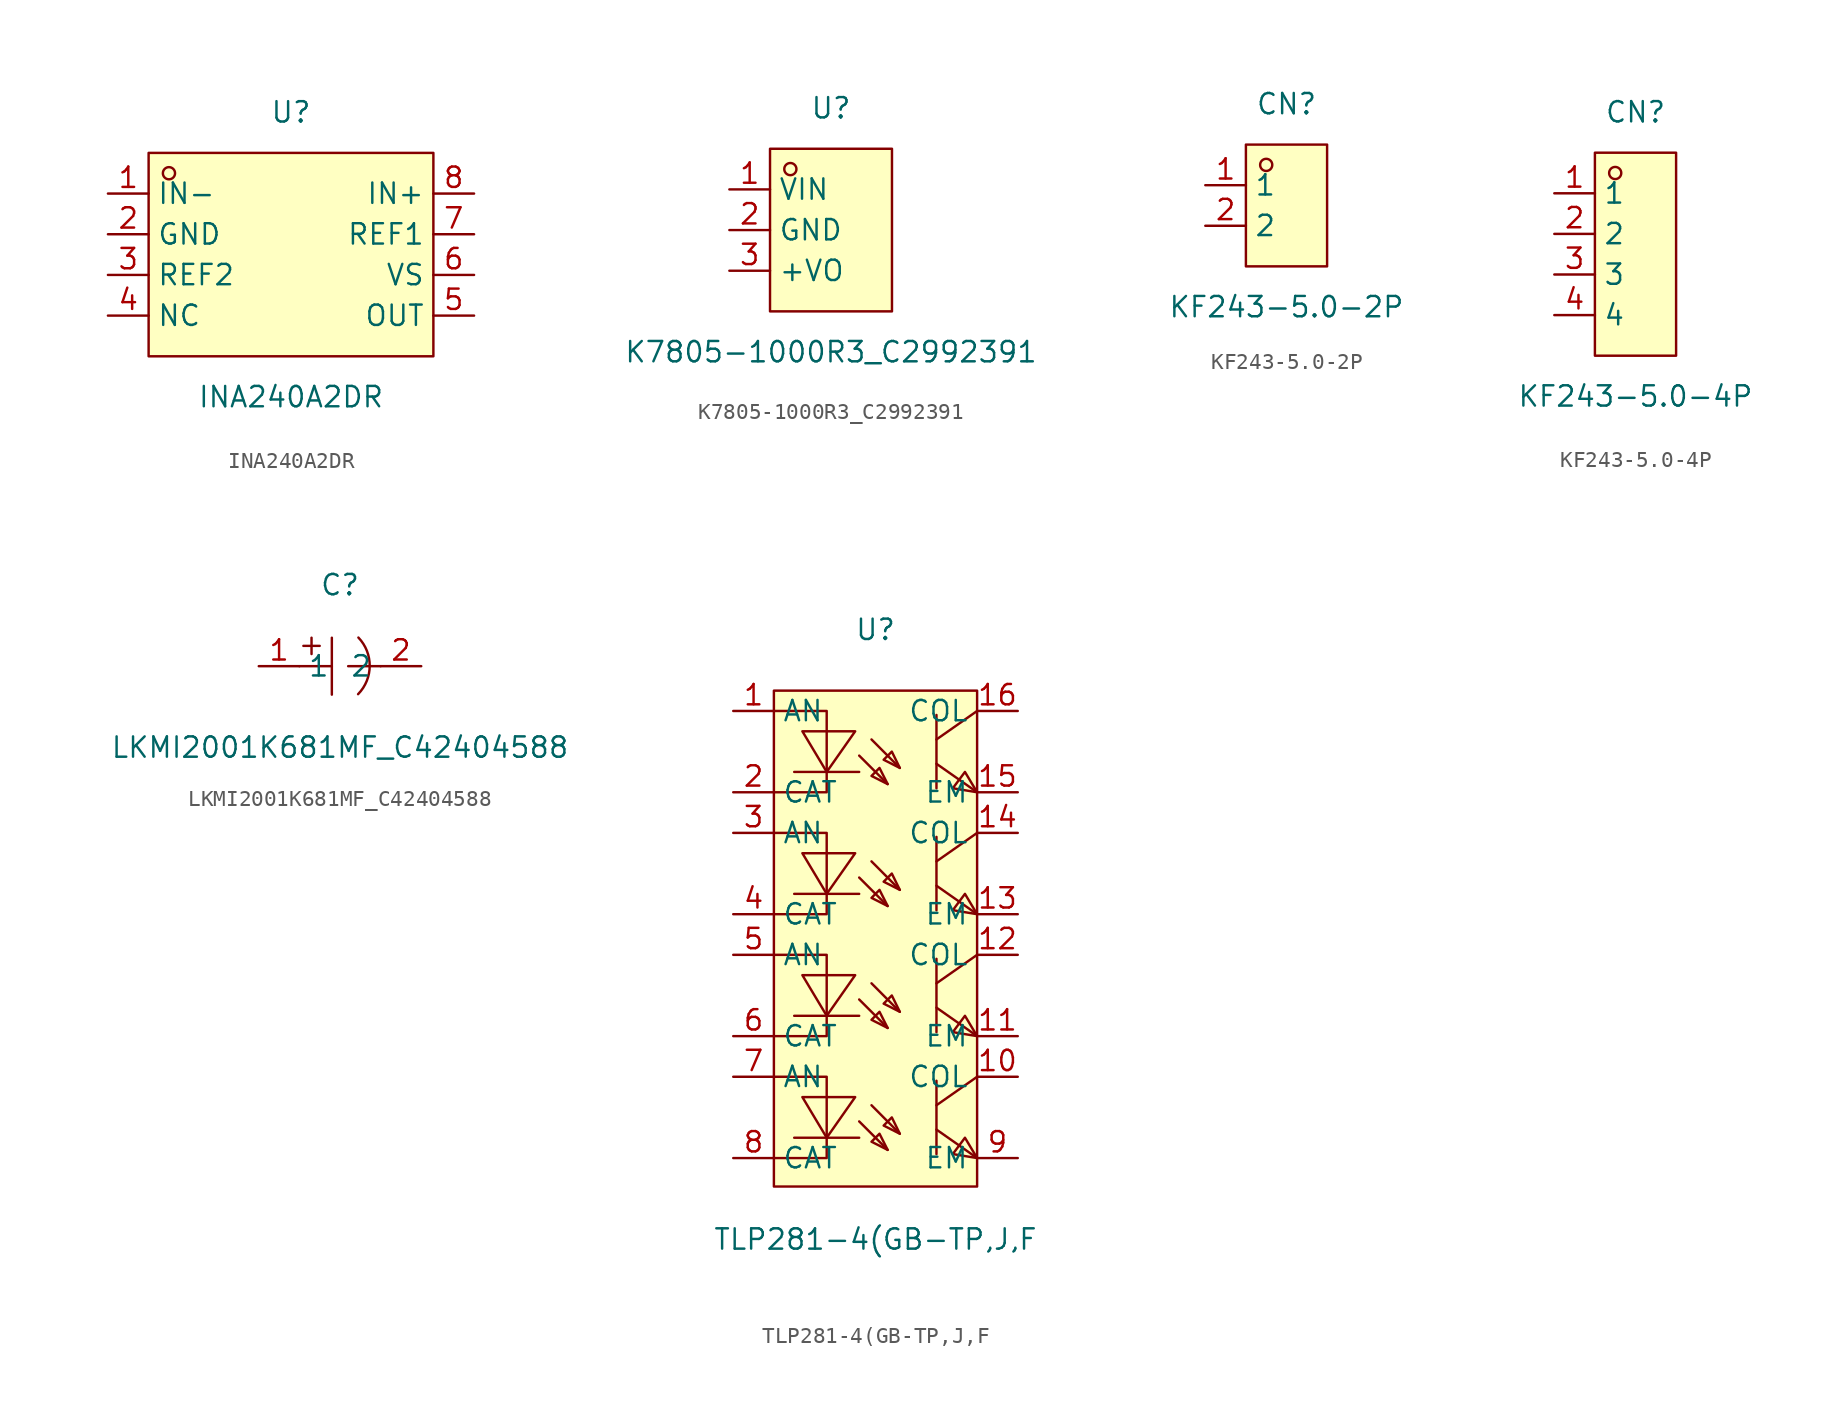
<source format=kicad_sym>
(kicad_symbol_lib
  (version 20211014)
  (generator https://github.com/uPesy/easyeda2kicad.py)
  (symbol "INA240A2DR"
    (property "Reference" "U"
      (at 0 8.89 0)
      (effects (font (size 1.27 1.27))))
    (property "Value" "INA240A2DR"
      (at 0 -8.89 0)
      (effects (font (size 1.27 1.27))))
    (symbol "INA240A2DR_0_1"
      (rectangle (start -8.89 6.35) (end 8.89 -6.35) (stroke (width 0) (type default) (color 0 0 0 0)) (fill (type background)))
      (circle (center -7.62 5.08) (radius 0.38) (stroke (width 0) (type default) (color 0 0 0 0)) (fill (type none)))
      (pin unspecified line (at -11.43 3.81 0) (length 2.54) (name "IN-" (effects (font (size 1.27 1.27)))) (number "1" (effects (font (size 1.27 1.27)))))
      (pin unspecified line (at -11.43 1.27 0) (length 2.54) (name "GND" (effects (font (size 1.27 1.27)))) (number "2" (effects (font (size 1.27 1.27)))))
      (pin unspecified line (at -11.43 -1.27 0) (length 2.54) (name "REF2" (effects (font (size 1.27 1.27)))) (number "3" (effects (font (size 1.27 1.27)))))
      (pin unspecified line (at -11.43 -3.81 0) (length 2.54) (name "NC" (effects (font (size 1.27 1.27)))) (number "4" (effects (font (size 1.27 1.27)))))
      (pin unspecified line (at 11.43 -3.81 180) (length 2.54) (name "OUT" (effects (font (size 1.27 1.27)))) (number "5" (effects (font (size 1.27 1.27)))))
      (pin unspecified line (at 11.43 -1.27 180) (length 2.54) (name "VS" (effects (font (size 1.27 1.27)))) (number "6" (effects (font (size 1.27 1.27)))))
      (pin unspecified line (at 11.43 1.27 180) (length 2.54) (name "REF1" (effects (font (size 1.27 1.27)))) (number "7" (effects (font (size 1.27 1.27)))))
      (pin unspecified line (at 11.43 3.81 180) (length 2.54) (name "IN+" (effects (font (size 1.27 1.27)))) (number "8" (effects (font (size 1.27 1.27)))))))
  (symbol "K7805-1000R3_C2992391"
    (property "Reference" "U"
      (at 0 7.62 0)
      (effects (font (size 1.27 1.27))))
    (property "Value" "K7805-1000R3_C2992391"
      (at 0 -7.62 0)
      (effects (font (size 1.27 1.27))))
    (symbol "K7805-1000R3_C2992391_0_1"
      (rectangle (start -3.81 5.08) (end 3.81 -5.08) (stroke (width 0) (type default) (color 0 0 0 0)) (fill (type background)))
      (circle (center -2.54 3.81) (radius 0.38) (stroke (width 0) (type default) (color 0 0 0 0)) (fill (type none)))
      (pin unspecified line (at -6.35 2.54 0) (length 2.54) (name "VIN" (effects (font (size 1.27 1.27)))) (number "1" (effects (font (size 1.27 1.27)))))
      (pin unspecified line (at -6.35 -0.00 0) (length 2.54) (name "GND" (effects (font (size 1.27 1.27)))) (number "2" (effects (font (size 1.27 1.27)))))
      (pin unspecified line (at -6.35 -2.54 0) (length 2.54) (name "+VO" (effects (font (size 1.27 1.27)))) (number "3" (effects (font (size 1.27 1.27)))))))
  (symbol "KF243-5.0-2P"
    (property "Reference" "CN"
      (at 0 6.35 0)
      (effects (font (size 1.27 1.27))))
    (property "Value" "KF243-5.0-2P"
      (at 0 -6.35 0)
      (effects (font (size 1.27 1.27))))
    (symbol "KF243-5.0-2P_0_1"
      (rectangle (start -2.54 3.81) (end 2.54 -3.81) (stroke (width 0) (type default) (color 0 0 0 0)) (fill (type background)))
      (circle (center -1.27 2.54) (radius 0.38) (stroke (width 0) (type default) (color 0 0 0 0)) (fill (type none)))
      (pin unspecified line (at -5.08 1.27 0) (length 2.54) (name "1" (effects (font (size 1.27 1.27)))) (number "1" (effects (font (size 1.27 1.27)))))
      (pin unspecified line (at -5.08 -1.27 0) (length 2.54) (name "2" (effects (font (size 1.27 1.27)))) (number "2" (effects (font (size 1.27 1.27)))))))
  (symbol "KF243-5.0-4P"
    (property "Reference" "CN"
      (at 0 8.89 0)
      (effects (font (size 1.27 1.27))))
    (property "Value" "KF243-5.0-4P"
      (at 0 -8.89 0)
      (effects (font (size 1.27 1.27))))
    (symbol "KF243-5.0-4P_0_1"
      (rectangle (start -2.54 6.35) (end 2.54 -6.35) (stroke (width 0) (type default) (color 0 0 0 0)) (fill (type background)))
      (circle (center -1.27 5.08) (radius 0.38) (stroke (width 0) (type default) (color 0 0 0 0)) (fill (type none)))
      (pin unspecified line (at -5.08 3.81 0) (length 2.54) (name "1" (effects (font (size 1.27 1.27)))) (number "1" (effects (font (size 1.27 1.27)))))
      (pin unspecified line (at -5.08 1.27 0) (length 2.54) (name "2" (effects (font (size 1.27 1.27)))) (number "2" (effects (font (size 1.27 1.27)))))
      (pin unspecified line (at -5.08 -1.27 0) (length 2.54) (name "3" (effects (font (size 1.27 1.27)))) (number "3" (effects (font (size 1.27 1.27)))))
      (pin unspecified line (at -5.08 -3.81 0) (length 2.54) (name "4" (effects (font (size 1.27 1.27)))) (number "4" (effects (font (size 1.27 1.27)))))))
  (symbol "LKMI2001K681MF_C42404588"
    (property "Reference" "C"
      (at 0 5.08 0)
      (effects (font (size 1.27 1.27))))
    (property "Value" "LKMI2001K681MF_C42404588"
      (at 0 -5.08 0)
      (effects (font (size 1.27 1.27))))
    (symbol "LKMI2001K681MF_C42404588_0_1"
      (arc (start 1.13 -1.75) (mid 5.47 -0.41) (end 1.15 1.79) (stroke (width 0) (type default) (color 0 0 0 0)) (fill (type none)))
      (polyline (pts (xy -0.51 1.78) (xy -0.51 -1.78)) (stroke (width 0) (type default) (color 0 0 0 0)) (fill (type none)))
      (polyline (pts (xy -2.54 -0.00) (xy -0.51 -0.00)) (stroke (width 0) (type default) (color 0 0 0 0)) (fill (type none)))
      (polyline (pts (xy 0.51 -0.00) (xy 2.54 -0.00)) (stroke (width 0) (type default) (color 0 0 0 0)) (fill (type none)))
      (polyline (pts (xy -2.29 1.27) (xy -1.27 1.27)) (stroke (width 0) (type default) (color 0 0 0 0)) (fill (type none)))
      (polyline (pts (xy -1.78 1.78) (xy -1.78 0.76)) (stroke (width 0) (type default) (color 0 0 0 0)) (fill (type none)))
      (pin input line (at -5.08 -0.00 0) (length 2.54) (name "1" (effects (font (size 1.27 1.27)))) (number "1" (effects (font (size 1.27 1.27)))))
      (pin input line (at 5.08 -0.00 180) (length 2.54) (name "2" (effects (font (size 1.27 1.27)))) (number "2" (effects (font (size 1.27 1.27)))))))
  (symbol "TLP281-4(GB-TP,J,F"
    (property "Reference" "U"
      (at 0 19.05 0)
      (effects (font (size 1.27 1.27))))
    (property "Value" "TLP281-4(GB-TP,J,F"
      (at 0 -19.05 0)
      (effects (font (size 1.27 1.27))))
    (symbol "TLP281-4(GB-TP,J,F_0_1"
      (rectangle (start -6.35 15.24) (end 6.35 -15.75) (stroke (width 0) (type default) (color 0 0 0 0)) (fill (type background)))
      (polyline (pts (xy 0.76 9.40) (xy 0.25 10.41) (xy -0.25 9.91) (xy 0.76 9.40)) (stroke (width 0) (type default) (color 0 0 0 0)) (fill (type background)))
      (polyline (pts (xy 1.52 10.41) (xy 1.02 11.43) (xy 0.51 10.92) (xy 1.52 10.41)) (stroke (width 0) (type default) (color 0 0 0 0)) (fill (type background)))
      (polyline (pts (xy -4.57 12.70) (xy -3.05 10.16) (xy -1.27 12.70) (xy -4.57 12.70)) (stroke (width 0) (type default) (color 0 0 0 0)) (fill (type background)))
      (polyline (pts (xy 0.76 1.78) (xy 0.25 2.79) (xy -0.25 2.29) (xy 0.76 1.78)) (stroke (width 0) (type default) (color 0 0 0 0)) (fill (type background)))
      (polyline (pts (xy 1.52 2.79) (xy 1.02 3.81) (xy 0.51 3.30) (xy 1.52 2.79)) (stroke (width 0) (type default) (color 0 0 0 0)) (fill (type background)))
      (polyline (pts (xy -4.57 5.08) (xy -3.05 2.54) (xy -1.27 5.08) (xy -4.57 5.08)) (stroke (width 0) (type default) (color 0 0 0 0)) (fill (type background)))
      (polyline (pts (xy 0.76 -5.84) (xy 0.25 -4.83) (xy -0.25 -5.33) (xy 0.76 -5.84)) (stroke (width 0) (type default) (color 0 0 0 0)) (fill (type background)))
      (polyline (pts (xy 1.52 -4.83) (xy 1.02 -3.81) (xy 0.51 -4.32) (xy 1.52 -4.83)) (stroke (width 0) (type default) (color 0 0 0 0)) (fill (type background)))
      (polyline (pts (xy -4.57 -2.54) (xy -3.05 -5.08) (xy -1.27 -2.54) (xy -4.57 -2.54)) (stroke (width 0) (type default) (color 0 0 0 0)) (fill (type background)))
      (polyline (pts (xy 0.76 -13.46) (xy 0.25 -12.45) (xy -0.25 -12.95) (xy 0.76 -13.46)) (stroke (width 0) (type default) (color 0 0 0 0)) (fill (type background)))
      (polyline (pts (xy 1.52 -12.45) (xy 1.02 -11.43) (xy 0.51 -11.94) (xy 1.52 -12.45)) (stroke (width 0) (type default) (color 0 0 0 0)) (fill (type background)))
      (polyline (pts (xy -4.57 -10.16) (xy -3.05 -12.70) (xy -1.27 -10.16) (xy -4.57 -10.16)) (stroke (width 0) (type default) (color 0 0 0 0)) (fill (type background)))
      (polyline (pts (xy 6.35 13.97) (xy 3.81 12.19)) (stroke (width 0) (type default) (color 0 0 0 0)) (fill (type none)))
      (polyline (pts (xy 3.81 10.67) (xy 6.35 8.89)) (stroke (width 0) (type default) (color 0 0 0 0)) (fill (type none)))
      (polyline (pts (xy 3.81 13.72) (xy 3.81 9.14)) (stroke (width 0) (type default) (color 0 0 0 0)) (fill (type none)))
      (polyline (pts (xy -1.02 11.18) (xy 0.76 9.40)) (stroke (width 0) (type default) (color 0 0 0 0)) (fill (type none)))
      (polyline (pts (xy -0.25 12.19) (xy 1.52 10.41)) (stroke (width 0) (type default) (color 0 0 0 0)) (fill (type none)))
      (polyline (pts (xy -1.02 10.16) (xy -5.08 10.16)) (stroke (width 0) (type default) (color 0 0 0 0)) (fill (type none)))
      (polyline (pts (xy -6.35 13.97) (xy -3.05 13.97) (xy -3.05 8.89) (xy -6.35 8.89)) (stroke (width 0) (type default) (color 0 0 0 0)) (fill (type none)))
      (polyline (pts (xy 6.35 6.35) (xy 3.81 4.57)) (stroke (width 0) (type default) (color 0 0 0 0)) (fill (type none)))
      (polyline (pts (xy 3.81 3.05) (xy 6.35 1.27)) (stroke (width 0) (type default) (color 0 0 0 0)) (fill (type none)))
      (polyline (pts (xy 3.81 6.10) (xy 3.81 1.52)) (stroke (width 0) (type default) (color 0 0 0 0)) (fill (type none)))
      (polyline (pts (xy -1.02 3.56) (xy 0.76 1.78)) (stroke (width 0) (type default) (color 0 0 0 0)) (fill (type none)))
      (polyline (pts (xy -0.25 4.57) (xy 1.52 2.79)) (stroke (width 0) (type default) (color 0 0 0 0)) (fill (type none)))
      (polyline (pts (xy -1.02 2.54) (xy -5.08 2.54)) (stroke (width 0) (type default) (color 0 0 0 0)) (fill (type none)))
      (polyline (pts (xy -6.35 6.35) (xy -3.05 6.35) (xy -3.05 1.27) (xy -6.35 1.27)) (stroke (width 0) (type default) (color 0 0 0 0)) (fill (type none)))
      (polyline (pts (xy 6.35 -1.27) (xy 3.81 -3.05)) (stroke (width 0) (type default) (color 0 0 0 0)) (fill (type none)))
      (polyline (pts (xy 3.81 -4.57) (xy 6.35 -6.35)) (stroke (width 0) (type default) (color 0 0 0 0)) (fill (type none)))
      (polyline (pts (xy 3.81 -1.52) (xy 3.81 -6.10)) (stroke (width 0) (type default) (color 0 0 0 0)) (fill (type none)))
      (polyline (pts (xy -1.02 -4.06) (xy 0.76 -5.84)) (stroke (width 0) (type default) (color 0 0 0 0)) (fill (type none)))
      (polyline (pts (xy -0.25 -3.05) (xy 1.52 -4.83)) (stroke (width 0) (type default) (color 0 0 0 0)) (fill (type none)))
      (polyline (pts (xy -1.02 -5.08) (xy -5.08 -5.08)) (stroke (width 0) (type default) (color 0 0 0 0)) (fill (type none)))
      (polyline (pts (xy -6.35 -1.27) (xy -3.05 -1.27) (xy -3.05 -6.35) (xy -6.35 -6.35)) (stroke (width 0) (type default) (color 0 0 0 0)) (fill (type none)))
      (polyline (pts (xy 6.35 -8.89) (xy 3.81 -10.67)) (stroke (width 0) (type default) (color 0 0 0 0)) (fill (type none)))
      (polyline (pts (xy 3.81 -12.19) (xy 6.35 -13.97)) (stroke (width 0) (type default) (color 0 0 0 0)) (fill (type none)))
      (polyline (pts (xy 3.81 -9.14) (xy 3.81 -13.72)) (stroke (width 0) (type default) (color 0 0 0 0)) (fill (type none)))
      (polyline (pts (xy -1.02 -11.68) (xy 0.76 -13.46)) (stroke (width 0) (type default) (color 0 0 0 0)) (fill (type none)))
      (polyline (pts (xy -0.25 -10.67) (xy 1.52 -12.45)) (stroke (width 0) (type default) (color 0 0 0 0)) (fill (type none)))
      (polyline (pts (xy -1.02 -12.70) (xy -5.08 -12.70)) (stroke (width 0) (type default) (color 0 0 0 0)) (fill (type none)))
      (polyline (pts (xy -6.35 -8.89) (xy -3.05 -8.89) (xy -3.05 -13.97) (xy -6.35 -13.97)) (stroke (width 0) (type default) (color 0 0 0 0)) (fill (type none)))
      (polyline (pts (xy 6.35 8.89) (xy 5.59 10.16) (xy 4.83 9.14) (xy 6.35 8.89)) (stroke (width 0) (type default) (color 0 0 0 0)) (fill (type background)))
      (polyline (pts (xy 6.35 1.27) (xy 5.59 2.54) (xy 4.83 1.52) (xy 6.35 1.27)) (stroke (width 0) (type default) (color 0 0 0 0)) (fill (type background)))
      (polyline (pts (xy 6.35 -6.35) (xy 5.59 -5.08) (xy 4.83 -6.10) (xy 6.35 -6.35)) (stroke (width 0) (type default) (color 0 0 0 0)) (fill (type background)))
      (polyline (pts (xy 6.35 -13.97) (xy 5.59 -12.70) (xy 4.83 -13.72) (xy 6.35 -13.97)) (stroke (width 0) (type default) (color 0 0 0 0)) (fill (type background)))
      (pin unspecified line (at -8.89 13.97 0) (length 2.54) (name "AN" (effects (font (size 1.27 1.27)))) (number "1" (effects (font (size 1.27 1.27)))))
      (pin unspecified line (at -8.89 8.89 0) (length 2.54) (name "CAT" (effects (font (size 1.27 1.27)))) (number "2" (effects (font (size 1.27 1.27)))))
      (pin unspecified line (at 8.89 8.89 180) (length 2.54) (name "EM" (effects (font (size 1.27 1.27)))) (number "15" (effects (font (size 1.27 1.27)))))
      (pin unspecified line (at 8.89 13.97 180) (length 2.54) (name "COL" (effects (font (size 1.27 1.27)))) (number "16" (effects (font (size 1.27 1.27)))))
      (pin unspecified line (at -8.89 6.35 0) (length 2.54) (name "AN" (effects (font (size 1.27 1.27)))) (number "3" (effects (font (size 1.27 1.27)))))
      (pin unspecified line (at -8.89 1.27 0) (length 2.54) (name "CAT" (effects (font (size 1.27 1.27)))) (number "4" (effects (font (size 1.27 1.27)))))
      (pin unspecified line (at 8.89 1.27 180) (length 2.54) (name "EM" (effects (font (size 1.27 1.27)))) (number "13" (effects (font (size 1.27 1.27)))))
      (pin unspecified line (at 8.89 6.35 180) (length 2.54) (name "COL" (effects (font (size 1.27 1.27)))) (number "14" (effects (font (size 1.27 1.27)))))
      (pin unspecified line (at -8.89 -1.27 0) (length 2.54) (name "AN" (effects (font (size 1.27 1.27)))) (number "5" (effects (font (size 1.27 1.27)))))
      (pin unspecified line (at -8.89 -6.35 0) (length 2.54) (name "CAT" (effects (font (size 1.27 1.27)))) (number "6" (effects (font (size 1.27 1.27)))))
      (pin unspecified line (at 8.89 -6.35 180) (length 2.54) (name "EM" (effects (font (size 1.27 1.27)))) (number "11" (effects (font (size 1.27 1.27)))))
      (pin unspecified line (at 8.89 -1.27 180) (length 2.54) (name "COL" (effects (font (size 1.27 1.27)))) (number "12" (effects (font (size 1.27 1.27)))))
      (pin unspecified line (at -8.89 -8.89 0) (length 2.54) (name "AN" (effects (font (size 1.27 1.27)))) (number "7" (effects (font (size 1.27 1.27)))))
      (pin unspecified line (at -8.89 -13.97 0) (length 2.54) (name "CAT" (effects (font (size 1.27 1.27)))) (number "8" (effects (font (size 1.27 1.27)))))
      (pin unspecified line (at 8.89 -13.97 180) (length 2.54) (name "EM" (effects (font (size 1.27 1.27)))) (number "9" (effects (font (size 1.27 1.27)))))
      (pin unspecified line (at 8.89 -8.89 180) (length 2.54) (name "COL" (effects (font (size 1.27 1.27)))) (number "10" (effects (font (size 1.27 1.27))))))))
</source>
